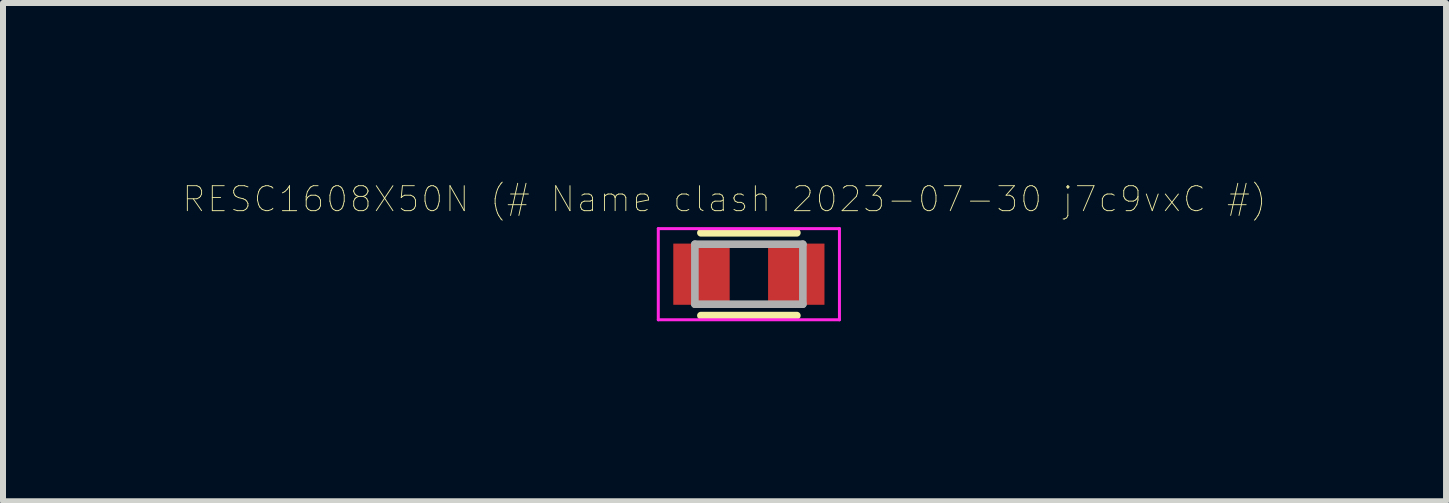
<source format=kicad_pcb>
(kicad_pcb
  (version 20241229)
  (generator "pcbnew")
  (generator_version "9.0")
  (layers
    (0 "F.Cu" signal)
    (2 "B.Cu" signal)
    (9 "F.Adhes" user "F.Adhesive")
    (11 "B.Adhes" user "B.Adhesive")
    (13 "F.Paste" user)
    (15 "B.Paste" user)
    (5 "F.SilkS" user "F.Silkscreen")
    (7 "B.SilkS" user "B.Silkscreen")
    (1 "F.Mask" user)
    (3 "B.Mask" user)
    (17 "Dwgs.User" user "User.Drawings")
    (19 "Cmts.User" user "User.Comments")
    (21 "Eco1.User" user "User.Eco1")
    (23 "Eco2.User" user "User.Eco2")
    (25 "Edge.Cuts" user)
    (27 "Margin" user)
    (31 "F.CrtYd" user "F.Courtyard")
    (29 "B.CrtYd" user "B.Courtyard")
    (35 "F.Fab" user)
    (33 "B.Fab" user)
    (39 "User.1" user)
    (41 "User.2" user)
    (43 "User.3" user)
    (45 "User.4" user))
  (footprint "RESC1608X50N (# Name clash 2023-07-30 j7c9vxC #)"
    (layer "F.Cu")
    (at 9.434 1.521)
    (property "Reference" "RESC1608X50N (# Name clash 2023-07-30 j7c9vxC #)" (at -0.407 -1.251 0) (layer "F.SilkS") (effects (font (size 0.416 0.416) (thickness 0.015))))
    (attr through_hole)
    (fp_line (start -0.8 -0.69) (end 0.8 -0.69) (stroke (width 0.127) (type solid)) (layer "F.SilkS"))
    (fp_line (start -0.8 0.69) (end 0.8 0.69) (stroke (width 0.127) (type solid)) (layer "F.SilkS"))
    (fp_line (start -1.51 -0.76) (end 1.51 -0.76) (stroke (width 0.05) (type solid)) (layer "F.CrtYd"))
    (fp_line (start -1.51 0.76) (end -1.51 -0.76) (stroke (width 0.05) (type solid)) (layer "F.CrtYd"))
    (fp_line (start 1.51 -0.76) (end 1.51 0.76) (stroke (width 0.05) (type solid)) (layer "F.CrtYd"))
    (fp_line (start 1.51 0.76) (end -1.51 0.76) (stroke (width 0.05) (type solid)) (layer "F.CrtYd"))
    (fp_line (start -0.9 -0.5) (end -0.9 0.5) (stroke (width 0.127) (type solid)) (layer "F.Fab"))
    (fp_line (start -0.9 -0.5) (end 0.9 -0.5) (stroke (width 0.127) (type solid)) (layer "F.Fab"))
    (fp_line (start -0.9 0.5) (end 0.9 0.5) (stroke (width 0.127) (type solid)) (layer "F.Fab"))
    (fp_line (start 0.9 -0.5) (end 0.9 0.5) (stroke (width 0.127) (type solid)) (layer "F.Fab"))
    (pad "1" smd rect (at -0.79 0) (size 0.94 1.02) (layers "F.Cu" "F.Mask" "F.Paste"))
    (pad "2" smd rect (at 0.79 0) (size 0.94 1.02) (layers "F.Cu" "F.Mask" "F.Paste")))
  (gr_rect
    (start -3 -3)
    (end 21.056 5.306)
    (stroke (width 0.1) (type default))
    (fill no)
    (layer "Edge.Cuts")))
</source>
